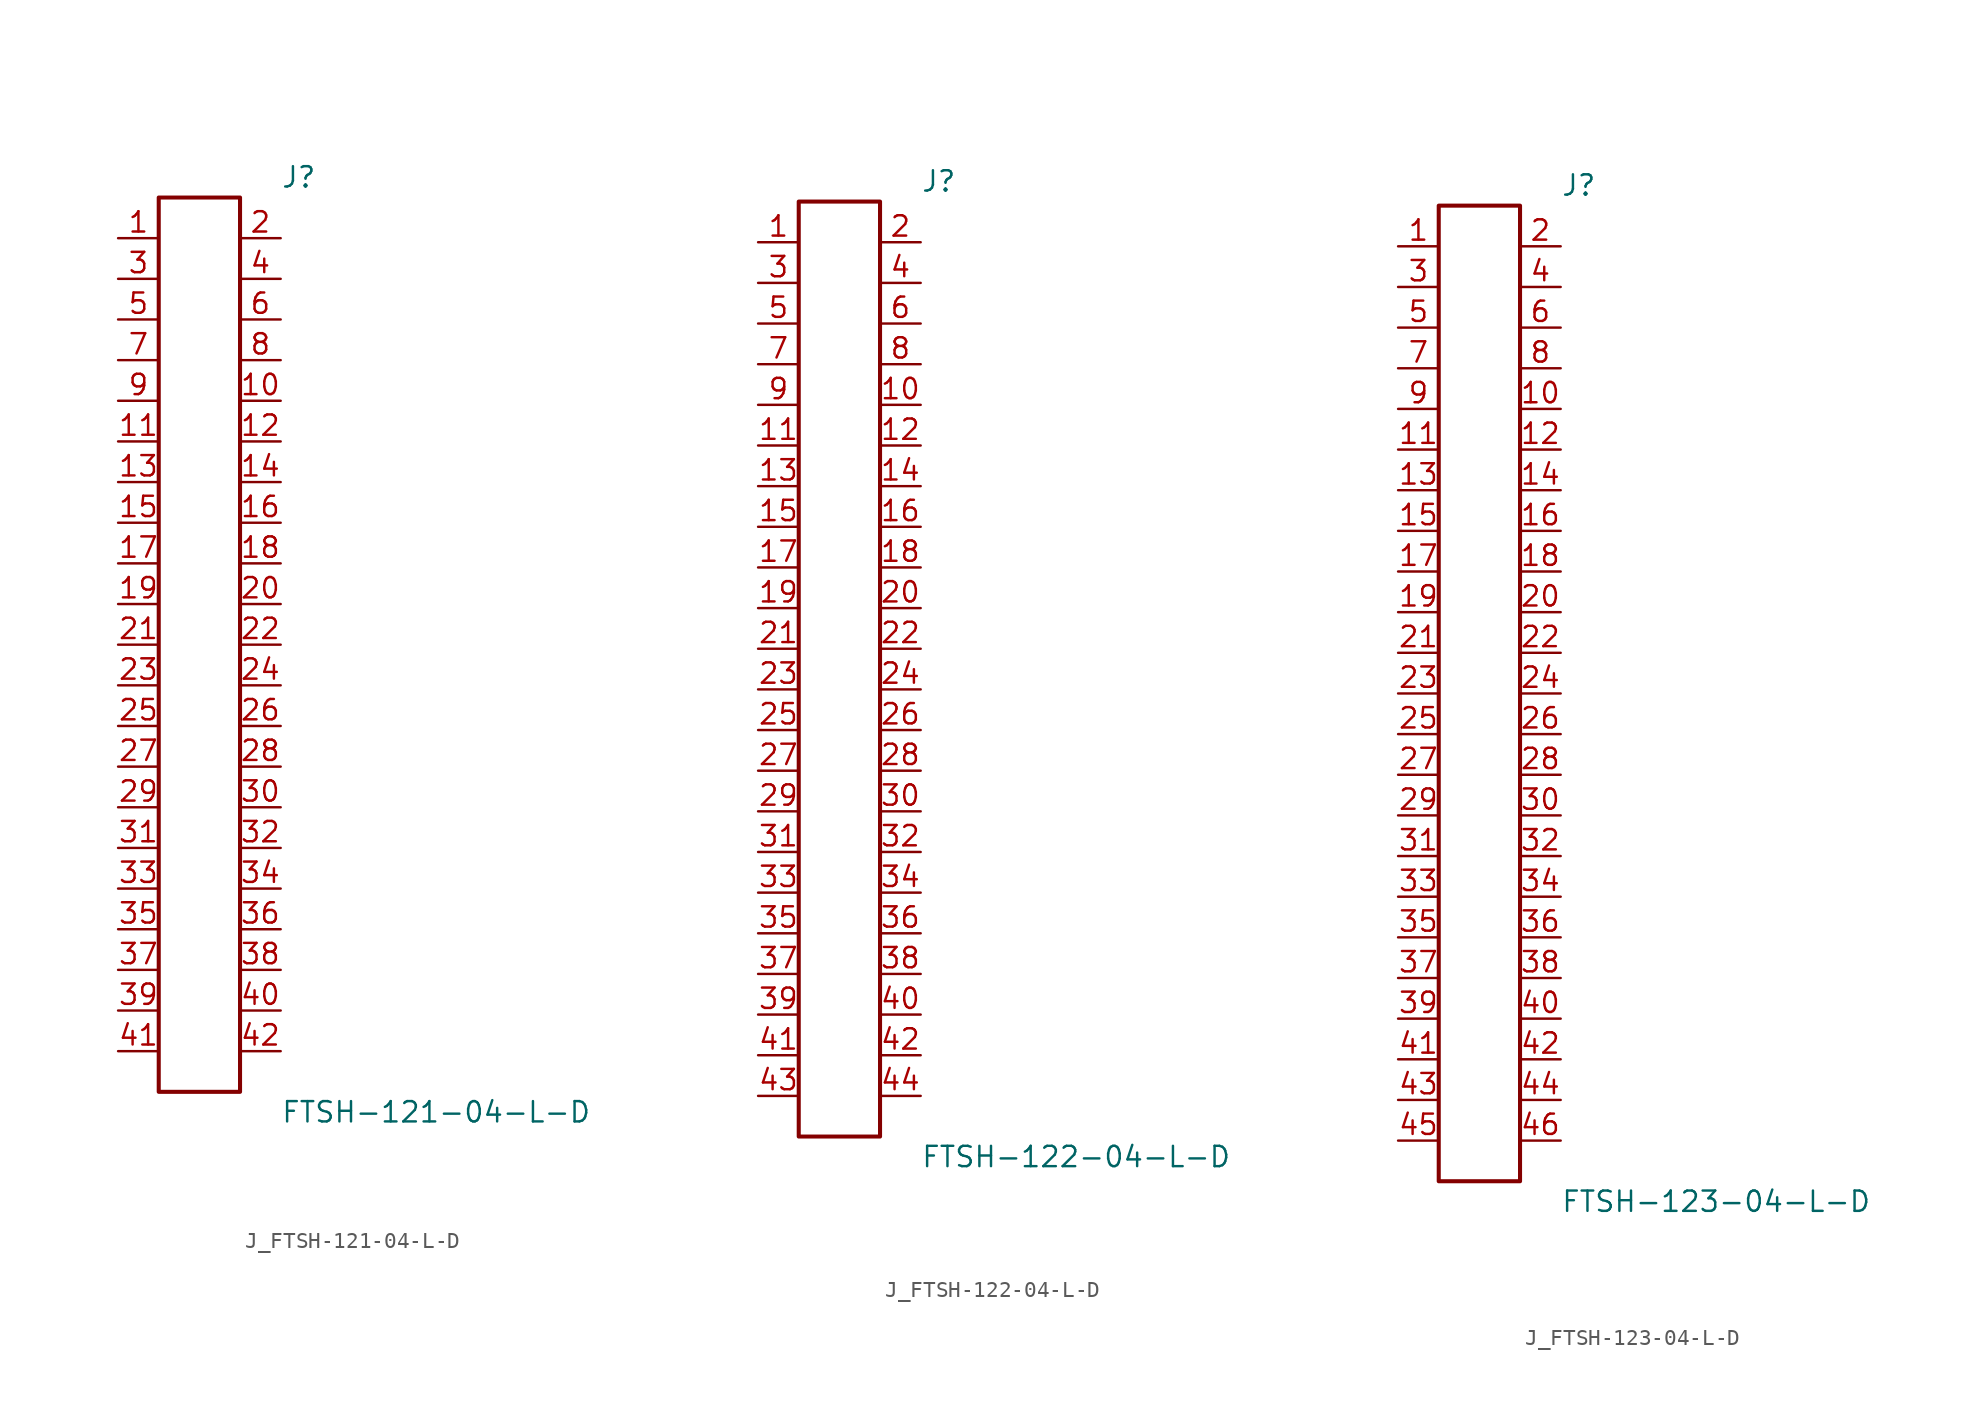
<source format=kicad_sym>
(kicad_symbol_lib
  (version 20231120)
  (generator kicad_symbol_editor)
  (generator_version 8.0)
  (symbol "J_FTSH-121-04-L-D"
    (pin_names
      (offset 0.254))
    (property "Reference" "J"
      (at 5.08 29.21 0)
      (effects (font (size 1.27 1.27)) (justify left)))
    (property "Value" "FTSH-121-04-L-D"
      (at 5.08 -29.21 0)
      (effects (font (size 1.27 1.27)) (justify left)))
    (symbol "J_FTSH-121-04-L-D_0_0"
      (pin passive line (at -5.08 25.4 0) (length 2.54) (name "" (effects (font (size 1.27 1.27)))) (number "1" (effects (font (size 1.27 1.27)))))
      (pin passive line (at 5.08 25.4 180) (length 2.54) (name "" (effects (font (size 1.27 1.27)))) (number "2" (effects (font (size 1.27 1.27)))))
      (pin passive line (at -5.08 22.86 0) (length 2.54) (name "" (effects (font (size 1.27 1.27)))) (number "3" (effects (font (size 1.27 1.27)))))
      (pin passive line (at 5.08 22.86 180) (length 2.54) (name "" (effects (font (size 1.27 1.27)))) (number "4" (effects (font (size 1.27 1.27)))))
      (pin passive line (at -5.08 20.32 0) (length 2.54) (name "" (effects (font (size 1.27 1.27)))) (number "5" (effects (font (size 1.27 1.27)))))
      (pin passive line (at 5.08 20.32 180) (length 2.54) (name "" (effects (font (size 1.27 1.27)))) (number "6" (effects (font (size 1.27 1.27)))))
      (pin passive line (at -5.08 17.78 0) (length 2.54) (name "" (effects (font (size 1.27 1.27)))) (number "7" (effects (font (size 1.27 1.27)))))
      (pin passive line (at 5.08 17.78 180) (length 2.54) (name "" (effects (font (size 1.27 1.27)))) (number "8" (effects (font (size 1.27 1.27)))))
      (pin passive line (at -5.08 15.24 0) (length 2.54) (name "" (effects (font (size 1.27 1.27)))) (number "9" (effects (font (size 1.27 1.27)))))
      (pin passive line (at 5.08 15.24 180) (length 2.54) (name "" (effects (font (size 1.27 1.27)))) (number "10" (effects (font (size 1.27 1.27)))))
      (pin passive line (at -5.08 12.7 0) (length 2.54) (name "" (effects (font (size 1.27 1.27)))) (number "11" (effects (font (size 1.27 1.27)))))
      (pin passive line (at 5.08 12.7 180) (length 2.54) (name "" (effects (font (size 1.27 1.27)))) (number "12" (effects (font (size 1.27 1.27)))))
      (pin passive line (at -5.08 10.16 0) (length 2.54) (name "" (effects (font (size 1.27 1.27)))) (number "13" (effects (font (size 1.27 1.27)))))
      (pin passive line (at 5.08 10.16 180) (length 2.54) (name "" (effects (font (size 1.27 1.27)))) (number "14" (effects (font (size 1.27 1.27)))))
      (pin passive line (at -5.08 7.62 0) (length 2.54) (name "" (effects (font (size 1.27 1.27)))) (number "15" (effects (font (size 1.27 1.27)))))
      (pin passive line (at 5.08 7.62 180) (length 2.54) (name "" (effects (font (size 1.27 1.27)))) (number "16" (effects (font (size 1.27 1.27)))))
      (pin passive line (at -5.08 5.08 0) (length 2.54) (name "" (effects (font (size 1.27 1.27)))) (number "17" (effects (font (size 1.27 1.27)))))
      (pin passive line (at 5.08 5.08 180) (length 2.54) (name "" (effects (font (size 1.27 1.27)))) (number "18" (effects (font (size 1.27 1.27)))))
      (pin passive line (at -5.08 2.54 0) (length 2.54) (name "" (effects (font (size 1.27 1.27)))) (number "19" (effects (font (size 1.27 1.27)))))
      (pin passive line (at 5.08 2.54 180) (length 2.54) (name "" (effects (font (size 1.27 1.27)))) (number "20" (effects (font (size 1.27 1.27)))))
      (pin passive line (at -5.08 0.0 0) (length 2.54) (name "" (effects (font (size 1.27 1.27)))) (number "21" (effects (font (size 1.27 1.27)))))
      (pin passive line (at 5.08 0.0 180) (length 2.54) (name "" (effects (font (size 1.27 1.27)))) (number "22" (effects (font (size 1.27 1.27)))))
      (pin passive line (at -5.08 -2.54 0) (length 2.54) (name "" (effects (font (size 1.27 1.27)))) (number "23" (effects (font (size 1.27 1.27)))))
      (pin passive line (at 5.08 -2.54 180) (length 2.54) (name "" (effects (font (size 1.27 1.27)))) (number "24" (effects (font (size 1.27 1.27)))))
      (pin passive line (at -5.08 -5.08 0) (length 2.54) (name "" (effects (font (size 1.27 1.27)))) (number "25" (effects (font (size 1.27 1.27)))))
      (pin passive line (at 5.08 -5.08 180) (length 2.54) (name "" (effects (font (size 1.27 1.27)))) (number "26" (effects (font (size 1.27 1.27)))))
      (pin passive line (at -5.08 -7.62 0) (length 2.54) (name "" (effects (font (size 1.27 1.27)))) (number "27" (effects (font (size 1.27 1.27)))))
      (pin passive line (at 5.08 -7.62 180) (length 2.54) (name "" (effects (font (size 1.27 1.27)))) (number "28" (effects (font (size 1.27 1.27)))))
      (pin passive line (at -5.08 -10.16 0) (length 2.54) (name "" (effects (font (size 1.27 1.27)))) (number "29" (effects (font (size 1.27 1.27)))))
      (pin passive line (at 5.08 -10.16 180) (length 2.54) (name "" (effects (font (size 1.27 1.27)))) (number "30" (effects (font (size 1.27 1.27)))))
      (pin passive line (at -5.08 -12.7 0) (length 2.54) (name "" (effects (font (size 1.27 1.27)))) (number "31" (effects (font (size 1.27 1.27)))))
      (pin passive line (at 5.08 -12.7 180) (length 2.54) (name "" (effects (font (size 1.27 1.27)))) (number "32" (effects (font (size 1.27 1.27)))))
      (pin passive line (at -5.08 -15.24 0) (length 2.54) (name "" (effects (font (size 1.27 1.27)))) (number "33" (effects (font (size 1.27 1.27)))))
      (pin passive line (at 5.08 -15.24 180) (length 2.54) (name "" (effects (font (size 1.27 1.27)))) (number "34" (effects (font (size 1.27 1.27)))))
      (pin passive line (at -5.08 -17.78 0) (length 2.54) (name "" (effects (font (size 1.27 1.27)))) (number "35" (effects (font (size 1.27 1.27)))))
      (pin passive line (at 5.08 -17.78 180) (length 2.54) (name "" (effects (font (size 1.27 1.27)))) (number "36" (effects (font (size 1.27 1.27)))))
      (pin passive line (at -5.08 -20.32 0) (length 2.54) (name "" (effects (font (size 1.27 1.27)))) (number "37" (effects (font (size 1.27 1.27)))))
      (pin passive line (at 5.08 -20.32 180) (length 2.54) (name "" (effects (font (size 1.27 1.27)))) (number "38" (effects (font (size 1.27 1.27)))))
      (pin passive line (at -5.08 -22.86 0) (length 2.54) (name "" (effects (font (size 1.27 1.27)))) (number "39" (effects (font (size 1.27 1.27)))))
      (pin passive line (at 5.08 -22.86 180) (length 2.54) (name "" (effects (font (size 1.27 1.27)))) (number "40" (effects (font (size 1.27 1.27)))))
      (pin passive line (at -5.08 -25.4 0) (length 2.54) (name "" (effects (font (size 1.27 1.27)))) (number "41" (effects (font (size 1.27 1.27)))))
      (pin passive line (at 5.08 -25.4 180) (length 2.54) (name "" (effects (font (size 1.27 1.27)))) (number "42" (effects (font (size 1.27 1.27))))))
    (symbol "J_FTSH-121-04-L-D_1_0"
      (rectangle (start -2.54 27.94) (end 2.54 -27.94) (stroke (width 0.254) (type solid)) (fill (type none)))))
  (symbol "J_FTSH-122-04-L-D"
    (pin_names
      (offset 0.254))
    (property "Reference" "J"
      (at 5.08 30.48 0)
      (effects (font (size 1.27 1.27)) (justify left)))
    (property "Value" "FTSH-122-04-L-D"
      (at 5.08 -30.48 0)
      (effects (font (size 1.27 1.27)) (justify left)))
    (symbol "J_FTSH-122-04-L-D_0_0"
      (pin passive line (at -5.08 26.67 0) (length 2.54) (name "" (effects (font (size 1.27 1.27)))) (number "1" (effects (font (size 1.27 1.27)))))
      (pin passive line (at 5.08 26.67 180) (length 2.54) (name "" (effects (font (size 1.27 1.27)))) (number "2" (effects (font (size 1.27 1.27)))))
      (pin passive line (at -5.08 24.13 0) (length 2.54) (name "" (effects (font (size 1.27 1.27)))) (number "3" (effects (font (size 1.27 1.27)))))
      (pin passive line (at 5.08 24.13 180) (length 2.54) (name "" (effects (font (size 1.27 1.27)))) (number "4" (effects (font (size 1.27 1.27)))))
      (pin passive line (at -5.08 21.59 0) (length 2.54) (name "" (effects (font (size 1.27 1.27)))) (number "5" (effects (font (size 1.27 1.27)))))
      (pin passive line (at 5.08 21.59 180) (length 2.54) (name "" (effects (font (size 1.27 1.27)))) (number "6" (effects (font (size 1.27 1.27)))))
      (pin passive line (at -5.08 19.05 0) (length 2.54) (name "" (effects (font (size 1.27 1.27)))) (number "7" (effects (font (size 1.27 1.27)))))
      (pin passive line (at 5.08 19.05 180) (length 2.54) (name "" (effects (font (size 1.27 1.27)))) (number "8" (effects (font (size 1.27 1.27)))))
      (pin passive line (at -5.08 16.51 0) (length 2.54) (name "" (effects (font (size 1.27 1.27)))) (number "9" (effects (font (size 1.27 1.27)))))
      (pin passive line (at 5.08 16.51 180) (length 2.54) (name "" (effects (font (size 1.27 1.27)))) (number "10" (effects (font (size 1.27 1.27)))))
      (pin passive line (at -5.08 13.97 0) (length 2.54) (name "" (effects (font (size 1.27 1.27)))) (number "11" (effects (font (size 1.27 1.27)))))
      (pin passive line (at 5.08 13.97 180) (length 2.54) (name "" (effects (font (size 1.27 1.27)))) (number "12" (effects (font (size 1.27 1.27)))))
      (pin passive line (at -5.08 11.43 0) (length 2.54) (name "" (effects (font (size 1.27 1.27)))) (number "13" (effects (font (size 1.27 1.27)))))
      (pin passive line (at 5.08 11.43 180) (length 2.54) (name "" (effects (font (size 1.27 1.27)))) (number "14" (effects (font (size 1.27 1.27)))))
      (pin passive line (at -5.08 8.89 0) (length 2.54) (name "" (effects (font (size 1.27 1.27)))) (number "15" (effects (font (size 1.27 1.27)))))
      (pin passive line (at 5.08 8.89 180) (length 2.54) (name "" (effects (font (size 1.27 1.27)))) (number "16" (effects (font (size 1.27 1.27)))))
      (pin passive line (at -5.08 6.35 0) (length 2.54) (name "" (effects (font (size 1.27 1.27)))) (number "17" (effects (font (size 1.27 1.27)))))
      (pin passive line (at 5.08 6.35 180) (length 2.54) (name "" (effects (font (size 1.27 1.27)))) (number "18" (effects (font (size 1.27 1.27)))))
      (pin passive line (at -5.08 3.81 0) (length 2.54) (name "" (effects (font (size 1.27 1.27)))) (number "19" (effects (font (size 1.27 1.27)))))
      (pin passive line (at 5.08 3.81 180) (length 2.54) (name "" (effects (font (size 1.27 1.27)))) (number "20" (effects (font (size 1.27 1.27)))))
      (pin passive line (at -5.08 1.27 0) (length 2.54) (name "" (effects (font (size 1.27 1.27)))) (number "21" (effects (font (size 1.27 1.27)))))
      (pin passive line (at 5.08 1.27 180) (length 2.54) (name "" (effects (font (size 1.27 1.27)))) (number "22" (effects (font (size 1.27 1.27)))))
      (pin passive line (at -5.08 -1.27 0) (length 2.54) (name "" (effects (font (size 1.27 1.27)))) (number "23" (effects (font (size 1.27 1.27)))))
      (pin passive line (at 5.08 -1.27 180) (length 2.54) (name "" (effects (font (size 1.27 1.27)))) (number "24" (effects (font (size 1.27 1.27)))))
      (pin passive line (at -5.08 -3.81 0) (length 2.54) (name "" (effects (font (size 1.27 1.27)))) (number "25" (effects (font (size 1.27 1.27)))))
      (pin passive line (at 5.08 -3.81 180) (length 2.54) (name "" (effects (font (size 1.27 1.27)))) (number "26" (effects (font (size 1.27 1.27)))))
      (pin passive line (at -5.08 -6.35 0) (length 2.54) (name "" (effects (font (size 1.27 1.27)))) (number "27" (effects (font (size 1.27 1.27)))))
      (pin passive line (at 5.08 -6.35 180) (length 2.54) (name "" (effects (font (size 1.27 1.27)))) (number "28" (effects (font (size 1.27 1.27)))))
      (pin passive line (at -5.08 -8.89 0) (length 2.54) (name "" (effects (font (size 1.27 1.27)))) (number "29" (effects (font (size 1.27 1.27)))))
      (pin passive line (at 5.08 -8.89 180) (length 2.54) (name "" (effects (font (size 1.27 1.27)))) (number "30" (effects (font (size 1.27 1.27)))))
      (pin passive line (at -5.08 -11.43 0) (length 2.54) (name "" (effects (font (size 1.27 1.27)))) (number "31" (effects (font (size 1.27 1.27)))))
      (pin passive line (at 5.08 -11.43 180) (length 2.54) (name "" (effects (font (size 1.27 1.27)))) (number "32" (effects (font (size 1.27 1.27)))))
      (pin passive line (at -5.08 -13.97 0) (length 2.54) (name "" (effects (font (size 1.27 1.27)))) (number "33" (effects (font (size 1.27 1.27)))))
      (pin passive line (at 5.08 -13.97 180) (length 2.54) (name "" (effects (font (size 1.27 1.27)))) (number "34" (effects (font (size 1.27 1.27)))))
      (pin passive line (at -5.08 -16.51 0) (length 2.54) (name "" (effects (font (size 1.27 1.27)))) (number "35" (effects (font (size 1.27 1.27)))))
      (pin passive line (at 5.08 -16.51 180) (length 2.54) (name "" (effects (font (size 1.27 1.27)))) (number "36" (effects (font (size 1.27 1.27)))))
      (pin passive line (at -5.08 -19.05 0) (length 2.54) (name "" (effects (font (size 1.27 1.27)))) (number "37" (effects (font (size 1.27 1.27)))))
      (pin passive line (at 5.08 -19.05 180) (length 2.54) (name "" (effects (font (size 1.27 1.27)))) (number "38" (effects (font (size 1.27 1.27)))))
      (pin passive line (at -5.08 -21.59 0) (length 2.54) (name "" (effects (font (size 1.27 1.27)))) (number "39" (effects (font (size 1.27 1.27)))))
      (pin passive line (at 5.08 -21.59 180) (length 2.54) (name "" (effects (font (size 1.27 1.27)))) (number "40" (effects (font (size 1.27 1.27)))))
      (pin passive line (at -5.08 -24.13 0) (length 2.54) (name "" (effects (font (size 1.27 1.27)))) (number "41" (effects (font (size 1.27 1.27)))))
      (pin passive line (at 5.08 -24.13 180) (length 2.54) (name "" (effects (font (size 1.27 1.27)))) (number "42" (effects (font (size 1.27 1.27)))))
      (pin passive line (at -5.08 -26.67 0) (length 2.54) (name "" (effects (font (size 1.27 1.27)))) (number "43" (effects (font (size 1.27 1.27)))))
      (pin passive line (at 5.08 -26.67 180) (length 2.54) (name "" (effects (font (size 1.27 1.27)))) (number "44" (effects (font (size 1.27 1.27))))))
    (symbol "J_FTSH-122-04-L-D_1_0"
      (rectangle (start -2.54 29.21) (end 2.54 -29.21) (stroke (width 0.254) (type solid)) (fill (type none)))))
  (symbol "J_FTSH-123-04-L-D"
    (pin_names
      (offset 0.254))
    (property "Reference" "J"
      (at 5.08 31.75 0)
      (effects (font (size 1.27 1.27)) (justify left)))
    (property "Value" "FTSH-123-04-L-D"
      (at 5.08 -31.75 0)
      (effects (font (size 1.27 1.27)) (justify left)))
    (symbol "J_FTSH-123-04-L-D_0_0"
      (pin passive line (at -5.08 27.94 0) (length 2.54) (name "" (effects (font (size 1.27 1.27)))) (number "1" (effects (font (size 1.27 1.27)))))
      (pin passive line (at 5.08 27.94 180) (length 2.54) (name "" (effects (font (size 1.27 1.27)))) (number "2" (effects (font (size 1.27 1.27)))))
      (pin passive line (at -5.08 25.4 0) (length 2.54) (name "" (effects (font (size 1.27 1.27)))) (number "3" (effects (font (size 1.27 1.27)))))
      (pin passive line (at 5.08 25.4 180) (length 2.54) (name "" (effects (font (size 1.27 1.27)))) (number "4" (effects (font (size 1.27 1.27)))))
      (pin passive line (at -5.08 22.86 0) (length 2.54) (name "" (effects (font (size 1.27 1.27)))) (number "5" (effects (font (size 1.27 1.27)))))
      (pin passive line (at 5.08 22.86 180) (length 2.54) (name "" (effects (font (size 1.27 1.27)))) (number "6" (effects (font (size 1.27 1.27)))))
      (pin passive line (at -5.08 20.32 0) (length 2.54) (name "" (effects (font (size 1.27 1.27)))) (number "7" (effects (font (size 1.27 1.27)))))
      (pin passive line (at 5.08 20.32 180) (length 2.54) (name "" (effects (font (size 1.27 1.27)))) (number "8" (effects (font (size 1.27 1.27)))))
      (pin passive line (at -5.08 17.78 0) (length 2.54) (name "" (effects (font (size 1.27 1.27)))) (number "9" (effects (font (size 1.27 1.27)))))
      (pin passive line (at 5.08 17.78 180) (length 2.54) (name "" (effects (font (size 1.27 1.27)))) (number "10" (effects (font (size 1.27 1.27)))))
      (pin passive line (at -5.08 15.24 0) (length 2.54) (name "" (effects (font (size 1.27 1.27)))) (number "11" (effects (font (size 1.27 1.27)))))
      (pin passive line (at 5.08 15.24 180) (length 2.54) (name "" (effects (font (size 1.27 1.27)))) (number "12" (effects (font (size 1.27 1.27)))))
      (pin passive line (at -5.08 12.7 0) (length 2.54) (name "" (effects (font (size 1.27 1.27)))) (number "13" (effects (font (size 1.27 1.27)))))
      (pin passive line (at 5.08 12.7 180) (length 2.54) (name "" (effects (font (size 1.27 1.27)))) (number "14" (effects (font (size 1.27 1.27)))))
      (pin passive line (at -5.08 10.16 0) (length 2.54) (name "" (effects (font (size 1.27 1.27)))) (number "15" (effects (font (size 1.27 1.27)))))
      (pin passive line (at 5.08 10.16 180) (length 2.54) (name "" (effects (font (size 1.27 1.27)))) (number "16" (effects (font (size 1.27 1.27)))))
      (pin passive line (at -5.08 7.62 0) (length 2.54) (name "" (effects (font (size 1.27 1.27)))) (number "17" (effects (font (size 1.27 1.27)))))
      (pin passive line (at 5.08 7.62 180) (length 2.54) (name "" (effects (font (size 1.27 1.27)))) (number "18" (effects (font (size 1.27 1.27)))))
      (pin passive line (at -5.08 5.08 0) (length 2.54) (name "" (effects (font (size 1.27 1.27)))) (number "19" (effects (font (size 1.27 1.27)))))
      (pin passive line (at 5.08 5.08 180) (length 2.54) (name "" (effects (font (size 1.27 1.27)))) (number "20" (effects (font (size 1.27 1.27)))))
      (pin passive line (at -5.08 2.54 0) (length 2.54) (name "" (effects (font (size 1.27 1.27)))) (number "21" (effects (font (size 1.27 1.27)))))
      (pin passive line (at 5.08 2.54 180) (length 2.54) (name "" (effects (font (size 1.27 1.27)))) (number "22" (effects (font (size 1.27 1.27)))))
      (pin passive line (at -5.08 0.0 0) (length 2.54) (name "" (effects (font (size 1.27 1.27)))) (number "23" (effects (font (size 1.27 1.27)))))
      (pin passive line (at 5.08 0.0 180) (length 2.54) (name "" (effects (font (size 1.27 1.27)))) (number "24" (effects (font (size 1.27 1.27)))))
      (pin passive line (at -5.08 -2.54 0) (length 2.54) (name "" (effects (font (size 1.27 1.27)))) (number "25" (effects (font (size 1.27 1.27)))))
      (pin passive line (at 5.08 -2.54 180) (length 2.54) (name "" (effects (font (size 1.27 1.27)))) (number "26" (effects (font (size 1.27 1.27)))))
      (pin passive line (at -5.08 -5.08 0) (length 2.54) (name "" (effects (font (size 1.27 1.27)))) (number "27" (effects (font (size 1.27 1.27)))))
      (pin passive line (at 5.08 -5.08 180) (length 2.54) (name "" (effects (font (size 1.27 1.27)))) (number "28" (effects (font (size 1.27 1.27)))))
      (pin passive line (at -5.08 -7.62 0) (length 2.54) (name "" (effects (font (size 1.27 1.27)))) (number "29" (effects (font (size 1.27 1.27)))))
      (pin passive line (at 5.08 -7.62 180) (length 2.54) (name "" (effects (font (size 1.27 1.27)))) (number "30" (effects (font (size 1.27 1.27)))))
      (pin passive line (at -5.08 -10.16 0) (length 2.54) (name "" (effects (font (size 1.27 1.27)))) (number "31" (effects (font (size 1.27 1.27)))))
      (pin passive line (at 5.08 -10.16 180) (length 2.54) (name "" (effects (font (size 1.27 1.27)))) (number "32" (effects (font (size 1.27 1.27)))))
      (pin passive line (at -5.08 -12.7 0) (length 2.54) (name "" (effects (font (size 1.27 1.27)))) (number "33" (effects (font (size 1.27 1.27)))))
      (pin passive line (at 5.08 -12.7 180) (length 2.54) (name "" (effects (font (size 1.27 1.27)))) (number "34" (effects (font (size 1.27 1.27)))))
      (pin passive line (at -5.08 -15.24 0) (length 2.54) (name "" (effects (font (size 1.27 1.27)))) (number "35" (effects (font (size 1.27 1.27)))))
      (pin passive line (at 5.08 -15.24 180) (length 2.54) (name "" (effects (font (size 1.27 1.27)))) (number "36" (effects (font (size 1.27 1.27)))))
      (pin passive line (at -5.08 -17.78 0) (length 2.54) (name "" (effects (font (size 1.27 1.27)))) (number "37" (effects (font (size 1.27 1.27)))))
      (pin passive line (at 5.08 -17.78 180) (length 2.54) (name "" (effects (font (size 1.27 1.27)))) (number "38" (effects (font (size 1.27 1.27)))))
      (pin passive line (at -5.08 -20.32 0) (length 2.54) (name "" (effects (font (size 1.27 1.27)))) (number "39" (effects (font (size 1.27 1.27)))))
      (pin passive line (at 5.08 -20.32 180) (length 2.54) (name "" (effects (font (size 1.27 1.27)))) (number "40" (effects (font (size 1.27 1.27)))))
      (pin passive line (at -5.08 -22.86 0) (length 2.54) (name "" (effects (font (size 1.27 1.27)))) (number "41" (effects (font (size 1.27 1.27)))))
      (pin passive line (at 5.08 -22.86 180) (length 2.54) (name "" (effects (font (size 1.27 1.27)))) (number "42" (effects (font (size 1.27 1.27)))))
      (pin passive line (at -5.08 -25.4 0) (length 2.54) (name "" (effects (font (size 1.27 1.27)))) (number "43" (effects (font (size 1.27 1.27)))))
      (pin passive line (at 5.08 -25.4 180) (length 2.54) (name "" (effects (font (size 1.27 1.27)))) (number "44" (effects (font (size 1.27 1.27)))))
      (pin passive line (at -5.08 -27.94 0) (length 2.54) (name "" (effects (font (size 1.27 1.27)))) (number "45" (effects (font (size 1.27 1.27)))))
      (pin passive line (at 5.08 -27.94 180) (length 2.54) (name "" (effects (font (size 1.27 1.27)))) (number "46" (effects (font (size 1.27 1.27))))))
    (symbol "J_FTSH-123-04-L-D_1_0"
      (rectangle (start -2.54 30.48) (end 2.54 -30.48) (stroke (width 0.254) (type solid)) (fill (type none))))))
</source>
